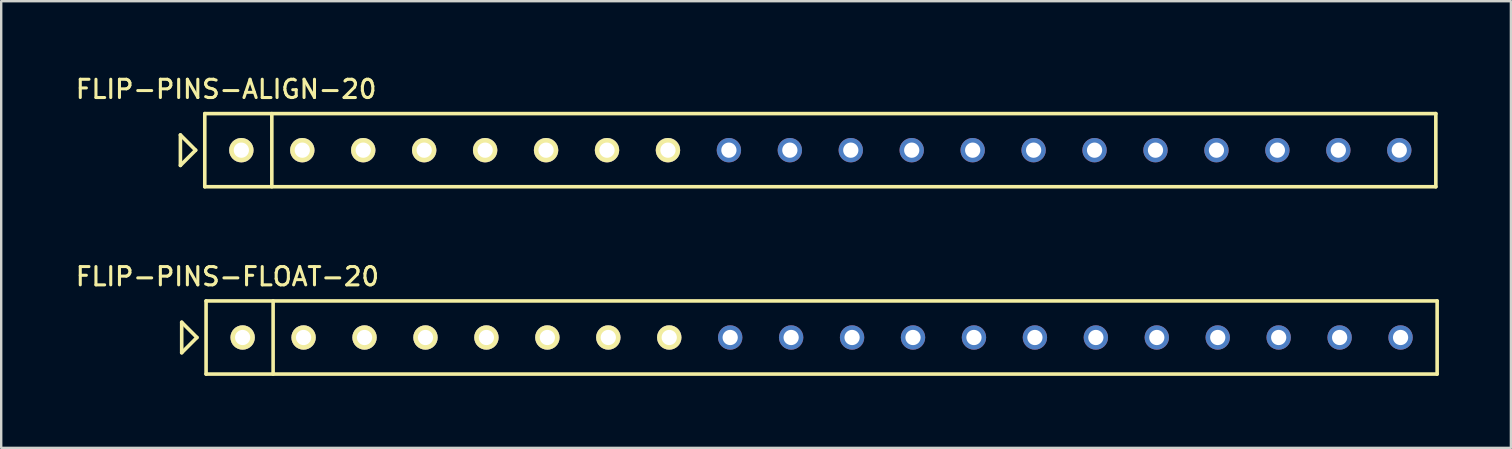
<source format=kicad_pcb>
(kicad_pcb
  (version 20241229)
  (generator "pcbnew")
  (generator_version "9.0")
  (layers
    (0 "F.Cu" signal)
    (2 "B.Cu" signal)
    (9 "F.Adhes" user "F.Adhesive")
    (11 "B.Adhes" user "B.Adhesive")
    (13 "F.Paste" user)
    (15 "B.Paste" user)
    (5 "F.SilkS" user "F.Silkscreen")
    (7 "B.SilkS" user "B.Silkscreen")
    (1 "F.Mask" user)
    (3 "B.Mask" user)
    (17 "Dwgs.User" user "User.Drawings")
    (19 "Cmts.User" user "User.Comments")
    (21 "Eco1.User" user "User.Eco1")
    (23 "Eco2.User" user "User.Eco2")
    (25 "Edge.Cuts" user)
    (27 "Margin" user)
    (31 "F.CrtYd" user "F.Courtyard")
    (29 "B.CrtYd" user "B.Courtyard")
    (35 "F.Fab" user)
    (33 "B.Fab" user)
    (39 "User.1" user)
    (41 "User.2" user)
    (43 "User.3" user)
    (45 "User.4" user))
  (footprint "FLIP-PINS-FLOAT-20"
    (layer "F.Cu")
    (at 31.193 11.016)
    (property "Reference" "FLIP-PINS-FLOAT-20" (at -24.765 -2.54 0) (layer "F.SilkS") (effects (font (size 0.762 0.762) (thickness 0.127))))
    (attr through_hole)
    (fp_line (start -26.67 -0.635) (end -26.67 0.635) (stroke (width 0.15) (type solid)) (layer "F.SilkS"))
    (fp_line (start -26.67 0.635) (end -26.035 0) (stroke (width 0.15) (type solid)) (layer "F.SilkS"))
    (fp_line (start -26.035 0) (end -26.67 -0.635) (stroke (width 0.15) (type solid)) (layer "F.SilkS"))
    (fp_line (start -25.654 -1.524) (end 25.654 -1.524) (stroke (width 0.15) (type solid)) (layer "F.SilkS"))
    (fp_line (start -25.654 1.524) (end -25.654 -1.524) (stroke (width 0.15) (type solid)) (layer "F.SilkS"))
    (fp_line (start -22.86 -1.524) (end -22.86 1.524) (stroke (width 0.15) (type solid)) (layer "F.SilkS"))
    (fp_line (start 25.654 -1.524) (end 25.654 1.524) (stroke (width 0.15) (type solid)) (layer "F.SilkS"))
    (fp_line (start 25.654 1.524) (end -25.654 1.524) (stroke (width 0.15) (type solid)) (layer "F.SilkS"))
    (pad "1" thru_hole circle (at -24.13 0) (size 1.016 1.016) (drill 0.635) (layers "*.Cu" "*.Mask" "F.SilkS"))
    (pad "2" thru_hole circle (at -21.59 0) (size 1.016 1.016) (drill 0.635) (layers "*.Cu" "*.Mask" "F.SilkS"))
    (pad "3" thru_hole circle (at -19.05 0) (size 1.016 1.016) (drill 0.635) (layers "*.Cu" "*.Mask" "F.SilkS"))
    (pad "4" thru_hole circle (at -16.51 0) (size 1.016 1.016) (drill 0.635) (layers "*.Cu" "*.Mask" "F.SilkS"))
    (pad "5" thru_hole circle (at -13.97 0) (size 1.016 1.016) (drill 0.635) (layers "*.Cu" "*.Mask" "F.SilkS"))
    (pad "6" thru_hole circle (at -11.43 0) (size 1.016 1.016) (drill 0.635) (layers "*.Cu" "*.Mask" "F.SilkS"))
    (pad "7" thru_hole circle (at -8.89 0) (size 1.016 1.016) (drill 0.635) (layers "*.Cu" "*.Mask" "F.SilkS"))
    (pad "8" thru_hole circle (at -6.35 0) (size 1.016 1.016) (drill 0.635) (layers "*.Cu" "*.Mask" "F.SilkS"))
    (pad "9" thru_hole circle (at -3.81 0) (size 1.016 1.016) (drill 0.635) (layers "*.Cu" "*.Mask"))
    (pad "10" thru_hole circle (at -1.27 0) (size 1.016 1.016) (drill 0.635) (layers "*.Cu" "*.Mask"))
    (pad "11" thru_hole circle (at 1.27 0) (size 1.016 1.016) (drill 0.635) (layers "*.Cu" "*.Mask"))
    (pad "12" thru_hole circle (at 3.81 0) (size 1.016 1.016) (drill 0.635) (layers "*.Cu" "*.Mask"))
    (pad "13" thru_hole circle (at 6.35 0) (size 1.016 1.016) (drill 0.635) (layers "*.Cu" "*.Mask"))
    (pad "14" thru_hole circle (at 8.89 0) (size 1.016 1.016) (drill 0.635) (layers "*.Cu" "*.Mask"))
    (pad "15" thru_hole circle (at 11.43 0) (size 1.016 1.016) (drill 0.635) (layers "*.Cu" "*.Mask"))
    (pad "16" thru_hole circle (at 13.97 0) (size 1.016 1.016) (drill 0.635) (layers "*.Cu" "*.Mask"))
    (pad "17" thru_hole circle (at 16.51 0) (size 1.016 1.016) (drill 0.635) (layers "*.Cu" "*.Mask"))
    (pad "18" thru_hole circle (at 19.05 0) (size 1.016 1.016) (drill 0.635) (layers "*.Cu" "*.Mask"))
    (pad "19" thru_hole circle (at 21.59 0) (size 1.016 1.016) (drill 0.635) (layers "*.Cu" "*.Mask"))
    (pad "20" thru_hole circle (at 24.13 0) (size 1.016 1.016) (drill 0.635) (layers "*.Cu" "*.Mask")))
  (footprint "FLIP-PINS-ALIGN-20"
    (layer "F.Cu")
    (at 31.139 3.209)
    (property "Reference" "FLIP-PINS-ALIGN-20" (at -24.765 -2.54 0) (layer "F.SilkS") (effects (font (size 0.762 0.762) (thickness 0.127))))
    (attr through_hole)
    (fp_line (start -26.67 -0.635) (end -26.67 0.635) (stroke (width 0.15) (type solid)) (layer "F.SilkS"))
    (fp_line (start -26.67 0.635) (end -26.035 0) (stroke (width 0.15) (type solid)) (layer "F.SilkS"))
    (fp_line (start -26.035 0) (end -26.67 -0.635) (stroke (width 0.15) (type solid)) (layer "F.SilkS"))
    (fp_line (start -25.654 -1.524) (end 25.654 -1.524) (stroke (width 0.15) (type solid)) (layer "F.SilkS"))
    (fp_line (start -25.654 1.524) (end -25.654 -1.524) (stroke (width 0.15) (type solid)) (layer "F.SilkS"))
    (fp_line (start -22.86 -1.524) (end -22.86 1.524) (stroke (width 0.15) (type solid)) (layer "F.SilkS"))
    (fp_line (start 25.654 -1.524) (end 25.654 1.524) (stroke (width 0.15) (type solid)) (layer "F.SilkS"))
    (fp_line (start 25.654 1.524) (end -25.654 1.524) (stroke (width 0.15) (type solid)) (layer "F.SilkS"))
    (pad "1" thru_hole circle (at -24.13 0) (size 1.016 1.016) (drill 0.635) (layers "*.Cu" "*.Mask" "F.SilkS"))
    (pad "2" thru_hole circle (at -21.59 0) (size 1.016 1.016) (drill 0.635) (layers "*.Cu" "*.Mask" "F.SilkS"))
    (pad "3" thru_hole circle (at -19.05 0) (size 1.016 1.016) (drill 0.635) (layers "*.Cu" "*.Mask" "F.SilkS"))
    (pad "4" thru_hole circle (at -16.51 0) (size 1.016 1.016) (drill 0.635) (layers "*.Cu" "*.Mask" "F.SilkS"))
    (pad "5" thru_hole circle (at -13.97 0) (size 1.016 1.016) (drill 0.635) (layers "*.Cu" "*.Mask" "F.SilkS"))
    (pad "6" thru_hole circle (at -11.43 0) (size 1.016 1.016) (drill 0.635) (layers "*.Cu" "*.Mask" "F.SilkS"))
    (pad "7" thru_hole circle (at -8.89 0) (size 1.016 1.016) (drill 0.635) (layers "*.Cu" "*.Mask" "F.SilkS"))
    (pad "8" thru_hole circle (at -6.35 0) (size 1.016 1.016) (drill 0.635) (layers "*.Cu" "*.Mask" "F.SilkS"))
    (pad "9" thru_hole circle (at -3.81 0) (size 1.016 1.016) (drill 0.635) (layers "*.Cu" "*.Mask"))
    (pad "10" thru_hole circle (at -1.27 0) (size 1.016 1.016) (drill 0.635) (layers "*.Cu" "*.Mask"))
    (pad "11" thru_hole circle (at 1.27 0) (size 1.016 1.016) (drill 0.635) (layers "*.Cu" "*.Mask"))
    (pad "12" thru_hole circle (at 3.81 0) (size 1.016 1.016) (drill 0.635) (layers "*.Cu" "*.Mask"))
    (pad "13" thru_hole circle (at 6.35 0) (size 1.016 1.016) (drill 0.635) (layers "*.Cu" "*.Mask"))
    (pad "14" thru_hole circle (at 8.89 0) (size 1.016 1.016) (drill 0.635) (layers "*.Cu" "*.Mask"))
    (pad "15" thru_hole circle (at 11.43 0) (size 1.016 1.016) (drill 0.635) (layers "*.Cu" "*.Mask"))
    (pad "16" thru_hole circle (at 13.97 0) (size 1.016 1.016) (drill 0.635) (layers "*.Cu" "*.Mask"))
    (pad "17" thru_hole circle (at 16.51 0) (size 1.016 1.016) (drill 0.635) (layers "*.Cu" "*.Mask"))
    (pad "18" thru_hole circle (at 19.05 0) (size 1.016 1.016) (drill 0.635) (layers "*.Cu" "*.Mask"))
    (pad "19" thru_hole circle (at 21.59 0) (size 1.016 1.016) (drill 0.635) (layers "*.Cu" "*.Mask"))
    (pad "20" thru_hole circle (at 24.13 0) (size 1.016 1.016) (drill 0.635) (layers "*.Cu" "*.Mask")))
  (gr_rect
    (start -3 -3)
    (end 59.922 15.615)
    (stroke (width 0.1) (type default))
    (fill no)
    (layer "Edge.Cuts")))
</source>
